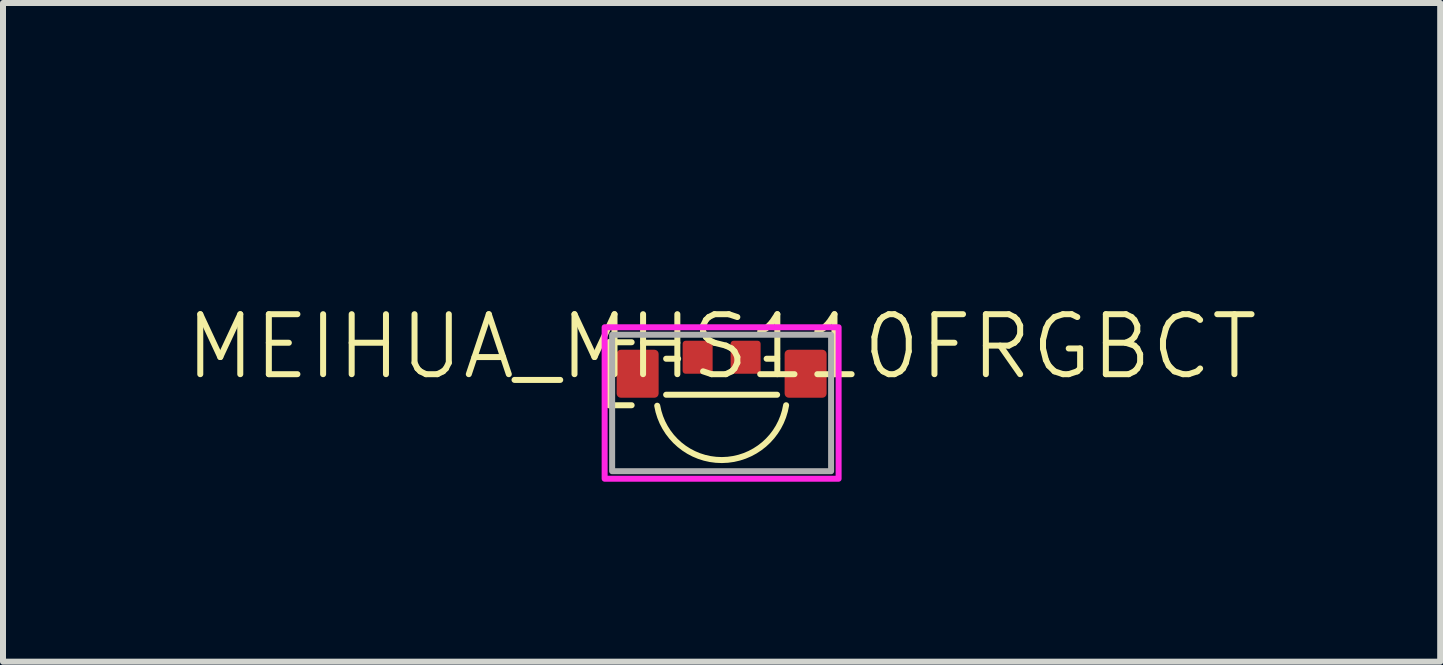
<source format=kicad_pcb>
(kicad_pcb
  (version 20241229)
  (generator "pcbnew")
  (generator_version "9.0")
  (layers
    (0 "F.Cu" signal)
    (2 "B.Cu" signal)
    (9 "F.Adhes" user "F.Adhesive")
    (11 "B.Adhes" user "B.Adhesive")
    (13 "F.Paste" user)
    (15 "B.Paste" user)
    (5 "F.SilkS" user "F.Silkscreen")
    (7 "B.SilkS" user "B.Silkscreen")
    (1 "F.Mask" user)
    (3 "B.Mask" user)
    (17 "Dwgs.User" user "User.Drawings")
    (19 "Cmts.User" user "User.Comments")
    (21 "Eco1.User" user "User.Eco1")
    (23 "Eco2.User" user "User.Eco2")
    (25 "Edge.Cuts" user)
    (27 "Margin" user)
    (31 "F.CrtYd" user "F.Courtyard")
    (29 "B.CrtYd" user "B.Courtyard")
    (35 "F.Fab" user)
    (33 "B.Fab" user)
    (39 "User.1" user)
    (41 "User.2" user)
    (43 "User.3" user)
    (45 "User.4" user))
  (footprint "MEIHUA_MHS110FRGBCT"
    (layer "F.Cu")
    (at 8.979 3.23)
    (property "Reference" "MEIHUA_MHS110FRGBCT" (at 0 -0.5 0) (unlocked yes) (layer "F.SilkS") (effects (font (size 1 1) (thickness 0.1))))
    (attr smd)
    (fp_line (start -1.875 -0.575) (end -1.875 0.475) (stroke (width 0.1) (type default)) (layer "F.SilkS"))
    (fp_line (start -1.875 0.475) (end -1.5 0.475) (stroke (width 0.1) (type default)) (layer "F.SilkS"))
    (fp_line (start -1.5 -0.575) (end -1.875 -0.575) (stroke (width 0.1) (type default)) (layer "F.SilkS"))
    (fp_line (start -0.925 0.3) (end 0.925 0.3) (stroke (width 0.1) (type default)) (layer "F.SilkS"))
    (fp_line (start -0.725 -0.3) (end -0.925 -0.3) (stroke (width 0.1) (type default)) (layer "F.SilkS"))
    (fp_line (start 0.925 -0.3) (end 0.75 -0.3) (stroke (width 0.1) (type default)) (layer "F.SilkS"))
    (fp_arc (start 1.075 0.475) (mid 0.004207 1.389143) (end -1.073616 0.4833) (stroke (width 0.1) (type default)) (layer "F.SilkS"))
    (fp_rect (start -1.95 -0.825) (end 1.95 1.7) (stroke (width 0.1) (type default)) (fill no) (layer "F.CrtYd"))
    (fp_rect (start -1.825 -0.7) (end 1.825 1.575) (stroke (width 0.1) (type default)) (fill no) (layer "F.Fab"))
    (dimension (type orthogonal) (layer "User.1") (pts (xy 8.829 2.63) (xy 9.129 2.63)) (height -1.05) (orientation 0) (format (prefix "") (suffix "") (units 3) (units_format 1) (precision 4) (suppress_zeroes yes)) (style (thickness 0.05) (arrow_length 0.25) (text_position_mode 2) (arrow_direction outward) (extension_height 0.586) (extension_offset 0.5) (keep_text_aligned yes)) (gr_text "0.3 mm" (at 8.979 0.805 0) (layer "User.1") (effects (font (size 0.2 0.2) (thickness 0.05)))))
    (dimension (type orthogonal) (layer "User.1") (pts (xy 8.329 2.53) (xy 8.829 2.53)) (height -0.95) (orientation 0) (format (prefix "") (suffix "") (units 3) (units_format 1) (precision 4) (suppress_zeroes yes)) (style (thickness 0.05) (arrow_length 0.25) (text_position_mode 0) (arrow_direction outward) (extension_height 0.586) (extension_offset 0.5) (keep_text_aligned yes)) (gr_text "0.5 mm" (at 8.579 1.33 0) (layer "User.1") (effects (font (size 0.2 0.2) (thickness 0.05)))))
    (dimension (type orthogonal) (layer "User.1") (pts (xy 8.329 2.63) (xy 7.929 2.805)) (height -1.075) (orientation 0) (format (prefix "") (suffix "") (units 3) (units_format 1) (precision 4) (suppress_zeroes yes)) (style (thickness 0.05) (arrow_length 0.25) (text_position_mode 2) (arrow_direction outward) (extension_height 0.586) (extension_offset 0.5) (keep_text_aligned yes)) (gr_text "0.4 mm" (at 8.129 0.205 0) (layer "User.1") (effects (font (size 0.2 0.2) (thickness 0.05)))))
    (dimension (type orthogonal) (layer "User.1") (pts (xy 9.379 2.63) (xy 10.254 3.58)) (height 2.15) (orientation 1) (format (prefix "") (suffix "") (units 3) (units_format 1) (precision 2)) (style (thickness 0.05) (arrow_length 0.25) (text_position_mode 2) (arrow_direction outward) (extension_height 0.586) (extension_offset 0.5) (keep_text_aligned yes)) (gr_text "0.95 mm" (at 12.304 3.105 90) (layer "User.1") (effects (font (size 0.2 0.2) (thickness 0.05)))))
    (dimension (type orthogonal) (layer "User.1") (pts (xy 7.929 2.805) (xy 7.229 2.805)) (height -1.25) (orientation 0) (format (prefix "") (suffix "") (units 3) (units_format 1) (precision 4) (suppress_zeroes yes)) (style (thickness 0.05) (arrow_length 0.25) (text_position_mode 2) (arrow_direction outward) (extension_height 0.586) (extension_offset 0.5) (keep_text_aligned yes)) (gr_text "0.7 mm" (at 7.579 0.805 0) (layer "User.1") (effects (font (size 0.2 0.2) (thickness 0.05)))))
    (dimension (type orthogonal) (layer "User.1") (pts (xy 7.229 2.78) (xy 7.079 3.23)) (height -1.5) (orientation 1) (format (prefix "") (suffix "") (units 3) (units_format 1) (precision 2)) (style (thickness 0.05) (arrow_length 0.25) (text_position_mode 2) (arrow_direction outward) (extension_height 0.586) (extension_offset 0.5) (keep_text_aligned yes)) (gr_text "0.45 mm" (at 4.954 3.03 90) (layer "User.1") (effects (font (size 0.2 0.2) (thickness 0.05)))))
    (pad "1" smd roundrect (at -1.4 -0.05) (size 0.7 0.8) (layers "F.Cu" "F.Mask" "F.Paste") (roundrect_rratio 0.1))
    (pad "2" smd roundrect (at -0.4 -0.325) (size 0.5 0.55) (layers "F.Cu" "F.Mask" "F.Paste") (roundrect_rratio 0.1))
    (pad "3" smd roundrect (at 0.4 -0.325) (size 0.5 0.55) (layers "F.Cu" "F.Mask" "F.Paste") (roundrect_rratio 0.1))
    (pad "4" smd roundrect (at 1.4 -0.05) (size 0.7 0.8) (layers "F.Cu" "F.Mask" "F.Paste") (roundrect_rratio 0.1)))
  (gr_rect
    (start -3 -3)
    (end 20.957 7.98)
    (stroke (width 0.1) (type default))
    (fill no)
    (layer "Edge.Cuts")))
</source>
